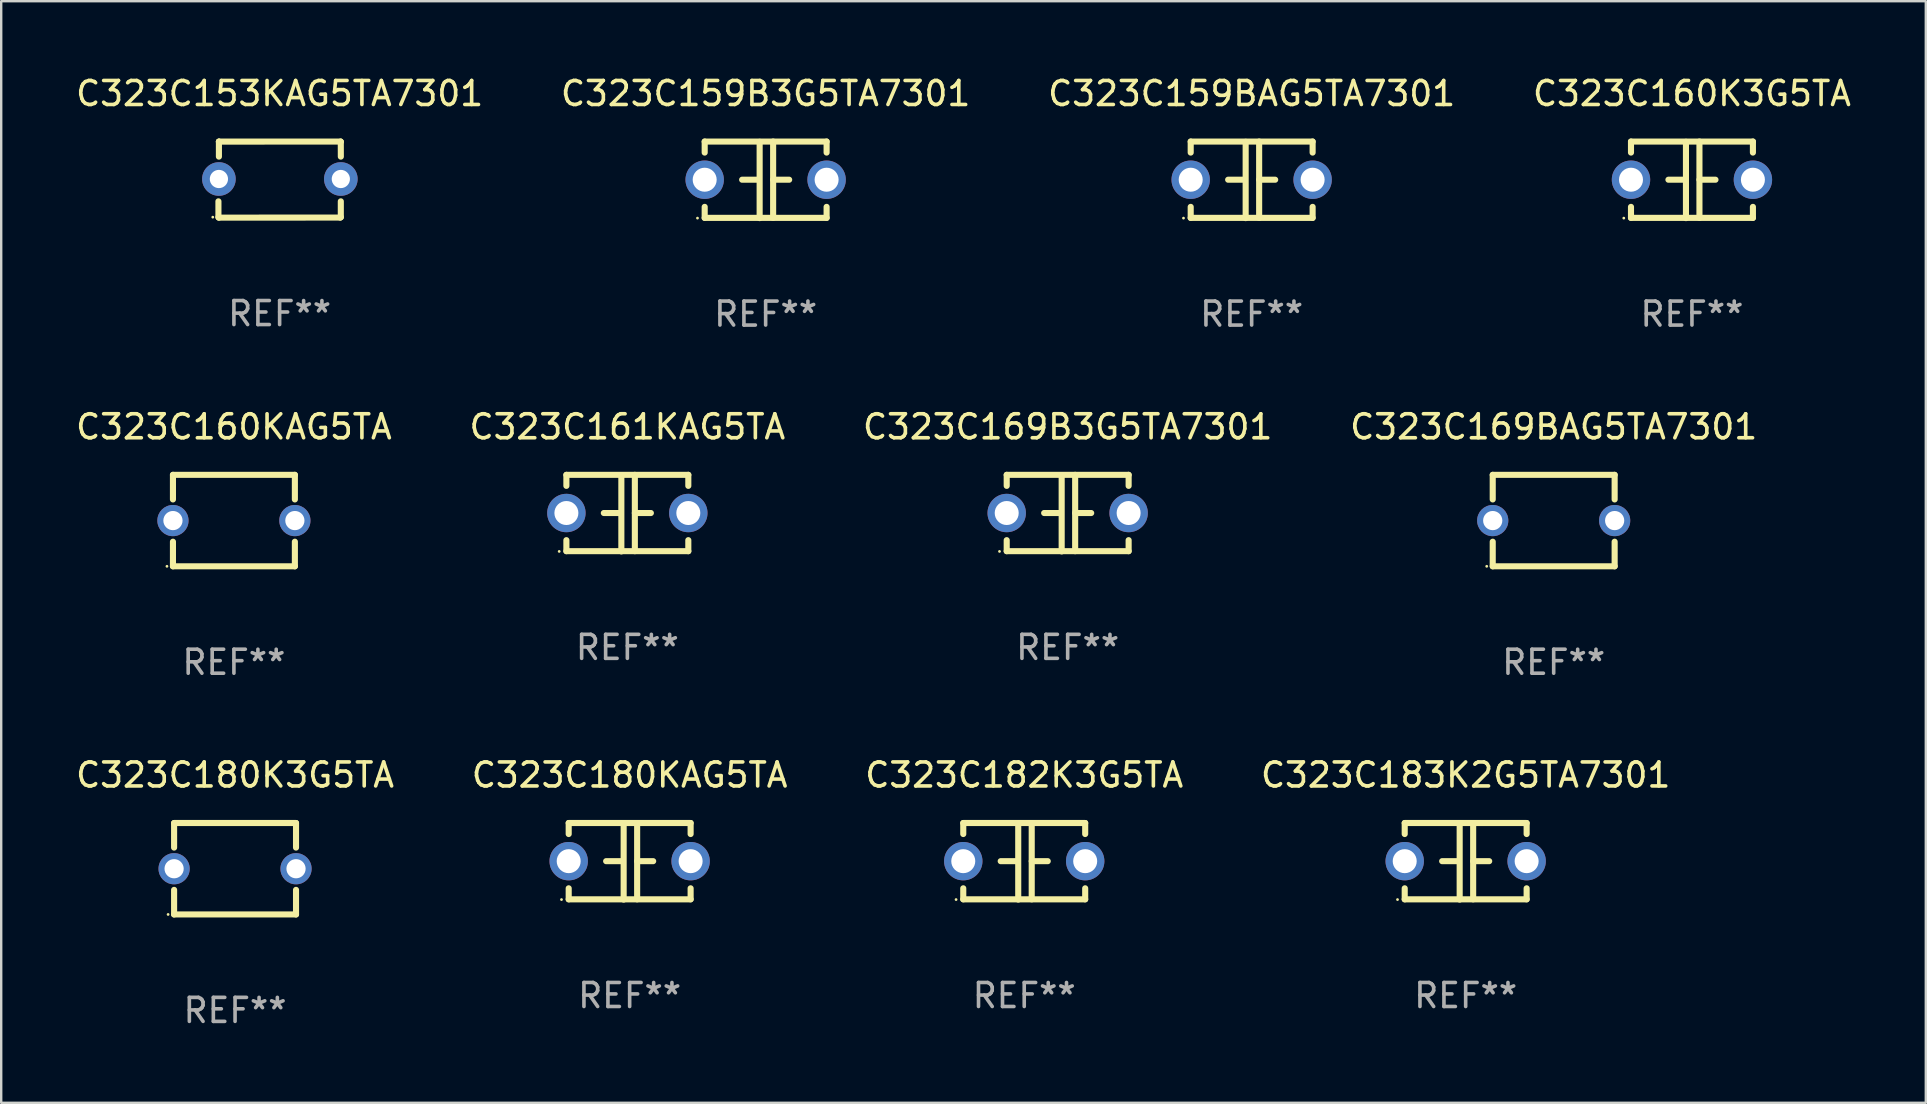
<source format=kicad_pcb>
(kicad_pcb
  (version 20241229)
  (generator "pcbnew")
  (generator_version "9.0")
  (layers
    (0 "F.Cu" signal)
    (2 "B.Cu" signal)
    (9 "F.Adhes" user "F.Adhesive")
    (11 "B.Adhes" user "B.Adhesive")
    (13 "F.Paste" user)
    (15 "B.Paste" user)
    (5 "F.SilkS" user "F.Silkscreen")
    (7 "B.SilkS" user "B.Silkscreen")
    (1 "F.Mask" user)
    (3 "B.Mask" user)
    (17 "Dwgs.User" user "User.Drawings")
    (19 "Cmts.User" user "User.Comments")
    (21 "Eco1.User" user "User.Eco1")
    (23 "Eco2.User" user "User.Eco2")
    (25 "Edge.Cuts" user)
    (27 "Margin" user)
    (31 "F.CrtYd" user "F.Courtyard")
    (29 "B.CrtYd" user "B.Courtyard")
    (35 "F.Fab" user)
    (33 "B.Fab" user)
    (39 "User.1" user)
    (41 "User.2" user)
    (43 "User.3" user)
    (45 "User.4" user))
  (footprint "C323C182K3G5TA"
    (layer "F.Cu")
    (at 39.625 32.836)
    (property "Reference" "C323C182K3G5TA" (at 0 -3.595 0) (layer "F.SilkS") (effects (font (size 1 1) (thickness 0.15))))
    (attr through_hole)
    (fp_line (start -2.54 -1.595) (end -2.54 -1.136) (stroke (width 0.254) (type solid)) (layer "F.SilkS"))
    (fp_line (start -2.54 -1.595) (end 2.54 -1.595) (stroke (width 0.254) (type solid)) (layer "F.SilkS"))
    (fp_line (start -2.54 1.126) (end -2.54 1.585) (stroke (width 0.254) (type solid)) (layer "F.SilkS"))
    (fp_line (start -0.312 -0.005) (end -0.98 -0.005) (stroke (width 0.254) (type solid)) (layer "F.SilkS"))
    (fp_line (start -0.25 -1.585) (end -0.25 1.595) (stroke (width 0.254) (type solid)) (layer "F.SilkS"))
    (fp_line (start 0.312 -1.595) (end 0.312 1.585) (stroke (width 0.254) (type solid)) (layer "F.SilkS"))
    (fp_line (start 0.312 -0.005) (end 0.98 -0.005) (stroke (width 0.254) (type solid)) (layer "F.SilkS"))
    (fp_line (start 2.54 -1.595) (end 2.54 -1.136) (stroke (width 0.254) (type solid)) (layer "F.SilkS"))
    (fp_line (start 2.54 1.126) (end 2.54 1.585) (stroke (width 0.254) (type solid)) (layer "F.SilkS"))
    (fp_line (start 2.54 1.585) (end -2.54 1.585) (stroke (width 0.254) (type solid)) (layer "F.SilkS"))
    (fp_circle (center -2.84 1.595) (end -2.81 1.595) (stroke (width 0.06) (type solid)) (fill no) (layer "F.SilkS"))
    (fp_text user "REF**" (at 0 5.595 0) (layer "F.Fab") (effects (font (size 1 1) (thickness 0.15))))
    (pad "1" thru_hole circle (at -2.54 -0.005) (size 1.6 1.6) (drill 1) (layers "*.Cu" "*.Mask"))
    (pad "2" thru_hole circle (at 2.54 -0.005) (size 1.6 1.6) (drill 1) (layers "*.Cu" "*.Mask")))
  (footprint "C323C159BAG5TA7301"
    (layer "F.Cu")
    (at 49.101 4.443)
    (property "Reference" "C323C159BAG5TA7301" (at 0 -3.595 0) (layer "F.SilkS") (effects (font (size 1 1) (thickness 0.15))))
    (attr through_hole)
    (fp_line (start -2.54 -1.595) (end -2.54 -1.136) (stroke (width 0.254) (type solid)) (layer "F.SilkS"))
    (fp_line (start -2.54 -1.595) (end 2.54 -1.595) (stroke (width 0.254) (type solid)) (layer "F.SilkS"))
    (fp_line (start -2.54 1.126) (end -2.54 1.585) (stroke (width 0.254) (type solid)) (layer "F.SilkS"))
    (fp_line (start -0.312 -0.005) (end -0.98 -0.005) (stroke (width 0.254) (type solid)) (layer "F.SilkS"))
    (fp_line (start -0.25 -1.585) (end -0.25 1.595) (stroke (width 0.254) (type solid)) (layer "F.SilkS"))
    (fp_line (start 0.312 -1.595) (end 0.312 1.585) (stroke (width 0.254) (type solid)) (layer "F.SilkS"))
    (fp_line (start 0.312 -0.005) (end 0.98 -0.005) (stroke (width 0.254) (type solid)) (layer "F.SilkS"))
    (fp_line (start 2.54 -1.595) (end 2.54 -1.136) (stroke (width 0.254) (type solid)) (layer "F.SilkS"))
    (fp_line (start 2.54 1.126) (end 2.54 1.585) (stroke (width 0.254) (type solid)) (layer "F.SilkS"))
    (fp_line (start 2.54 1.585) (end -2.54 1.585) (stroke (width 0.254) (type solid)) (layer "F.SilkS"))
    (fp_circle (center -2.84 1.595) (end -2.81 1.595) (stroke (width 0.06) (type solid)) (fill no) (layer "F.SilkS"))
    (fp_text user "REF**" (at 0 5.595 0) (layer "F.Fab") (effects (font (size 1 1) (thickness 0.15))))
    (pad "1" thru_hole circle (at -2.54 -0.005) (size 1.6 1.6) (drill 1) (layers "*.Cu" "*.Mask"))
    (pad "2" thru_hole circle (at 2.54 -0.005) (size 1.6 1.6) (drill 1) (layers "*.Cu" "*.Mask")))
  (footprint "C323C180KAG5TA"
    (layer "F.Cu")
    (at 23.185 32.836)
    (property "Reference" "C323C180KAG5TA" (at 0 -3.595 0) (layer "F.SilkS") (effects (font (size 1 1) (thickness 0.15))))
    (attr through_hole)
    (fp_line (start -2.54 -1.595) (end -2.54 -1.136) (stroke (width 0.254) (type solid)) (layer "F.SilkS"))
    (fp_line (start -2.54 -1.595) (end 2.54 -1.595) (stroke (width 0.254) (type solid)) (layer "F.SilkS"))
    (fp_line (start -2.54 1.126) (end -2.54 1.585) (stroke (width 0.254) (type solid)) (layer "F.SilkS"))
    (fp_line (start -0.312 -0.005) (end -0.98 -0.005) (stroke (width 0.254) (type solid)) (layer "F.SilkS"))
    (fp_line (start -0.25 -1.585) (end -0.25 1.595) (stroke (width 0.254) (type solid)) (layer "F.SilkS"))
    (fp_line (start 0.312 -1.595) (end 0.312 1.585) (stroke (width 0.254) (type solid)) (layer "F.SilkS"))
    (fp_line (start 0.312 -0.005) (end 0.98 -0.005) (stroke (width 0.254) (type solid)) (layer "F.SilkS"))
    (fp_line (start 2.54 -1.595) (end 2.54 -1.136) (stroke (width 0.254) (type solid)) (layer "F.SilkS"))
    (fp_line (start 2.54 1.126) (end 2.54 1.585) (stroke (width 0.254) (type solid)) (layer "F.SilkS"))
    (fp_line (start 2.54 1.585) (end -2.54 1.585) (stroke (width 0.254) (type solid)) (layer "F.SilkS"))
    (fp_circle (center -2.84 1.595) (end -2.81 1.595) (stroke (width 0.06) (type solid)) (fill no) (layer "F.SilkS"))
    (fp_text user "REF**" (at 0 5.595 0) (layer "F.Fab") (effects (font (size 1 1) (thickness 0.15))))
    (pad "1" thru_hole circle (at -2.54 -0.005) (size 1.6 1.6) (drill 1) (layers "*.Cu" "*.Mask"))
    (pad "2" thru_hole circle (at 2.54 -0.005) (size 1.6 1.6) (drill 1) (layers "*.Cu" "*.Mask")))
  (footprint "C323C160K3G5TA"
    (layer "F.Cu")
    (at 67.446 4.443)
    (property "Reference" "C323C160K3G5TA" (at 0 -3.595 0) (layer "F.SilkS") (effects (font (size 1 1) (thickness 0.15))))
    (attr through_hole)
    (fp_line (start -2.54 -1.595) (end -2.54 -1.136) (stroke (width 0.254) (type solid)) (layer "F.SilkS"))
    (fp_line (start -2.54 -1.595) (end 2.54 -1.595) (stroke (width 0.254) (type solid)) (layer "F.SilkS"))
    (fp_line (start -2.54 1.126) (end -2.54 1.585) (stroke (width 0.254) (type solid)) (layer "F.SilkS"))
    (fp_line (start -0.312 -0.005) (end -0.98 -0.005) (stroke (width 0.254) (type solid)) (layer "F.SilkS"))
    (fp_line (start -0.25 -1.585) (end -0.25 1.595) (stroke (width 0.254) (type solid)) (layer "F.SilkS"))
    (fp_line (start 0.312 -1.595) (end 0.312 1.585) (stroke (width 0.254) (type solid)) (layer "F.SilkS"))
    (fp_line (start 0.312 -0.005) (end 0.98 -0.005) (stroke (width 0.254) (type solid)) (layer "F.SilkS"))
    (fp_line (start 2.54 -1.595) (end 2.54 -1.136) (stroke (width 0.254) (type solid)) (layer "F.SilkS"))
    (fp_line (start 2.54 1.126) (end 2.54 1.585) (stroke (width 0.254) (type solid)) (layer "F.SilkS"))
    (fp_line (start 2.54 1.585) (end -2.54 1.585) (stroke (width 0.254) (type solid)) (layer "F.SilkS"))
    (fp_circle (center -2.84 1.595) (end -2.81 1.595) (stroke (width 0.06) (type solid)) (fill no) (layer "F.SilkS"))
    (fp_text user "REF**" (at 0 5.595 0) (layer "F.Fab") (effects (font (size 1 1) (thickness 0.15))))
    (pad "1" thru_hole circle (at -2.54 -0.005) (size 1.6 1.6) (drill 1) (layers "*.Cu" "*.Mask"))
    (pad "2" thru_hole circle (at 2.54 -0.005) (size 1.6 1.6) (drill 1) (layers "*.Cu" "*.Mask")))
  (footprint "C323C159B3G5TA7301"
    (layer "F.Cu")
    (at 28.851 4.443)
    (property "Reference" "C323C159B3G5TA7301" (at 0 -3.595 0) (layer "F.SilkS") (effects (font (size 1 1) (thickness 0.15))))
    (attr through_hole)
    (fp_line (start -2.54 -1.595) (end -2.54 -1.136) (stroke (width 0.254) (type solid)) (layer "F.SilkS"))
    (fp_line (start -2.54 -1.595) (end 2.54 -1.595) (stroke (width 0.254) (type solid)) (layer "F.SilkS"))
    (fp_line (start -2.54 1.126) (end -2.54 1.585) (stroke (width 0.254) (type solid)) (layer "F.SilkS"))
    (fp_line (start -0.312 -0.005) (end -0.98 -0.005) (stroke (width 0.254) (type solid)) (layer "F.SilkS"))
    (fp_line (start -0.25 -1.585) (end -0.25 1.595) (stroke (width 0.254) (type solid)) (layer "F.SilkS"))
    (fp_line (start 0.312 -1.595) (end 0.312 1.585) (stroke (width 0.254) (type solid)) (layer "F.SilkS"))
    (fp_line (start 0.312 -0.005) (end 0.98 -0.005) (stroke (width 0.254) (type solid)) (layer "F.SilkS"))
    (fp_line (start 2.54 -1.595) (end 2.54 -1.136) (stroke (width 0.254) (type solid)) (layer "F.SilkS"))
    (fp_line (start 2.54 1.126) (end 2.54 1.585) (stroke (width 0.254) (type solid)) (layer "F.SilkS"))
    (fp_line (start 2.54 1.585) (end -2.54 1.585) (stroke (width 0.254) (type solid)) (layer "F.SilkS"))
    (fp_circle (center -2.84 1.595) (end -2.81 1.595) (stroke (width 0.06) (type solid)) (fill no) (layer "F.SilkS"))
    (fp_text user "REF**" (at 0 5.595 0) (layer "F.Fab") (effects (font (size 1 1) (thickness 0.15))))
    (pad "1" thru_hole circle (at -2.54 -0.005) (size 1.6 1.6) (drill 1) (layers "*.Cu" "*.Mask"))
    (pad "2" thru_hole circle (at 2.54 -0.005) (size 1.6 1.6) (drill 1) (layers "*.Cu" "*.Mask")))
  (footprint "C323C160KAG5TA"
    (layer "F.Cu")
    (at 6.696 18.64)
    (property "Reference" "C323C160KAG5TA" (at 0 -3.905 0) (layer "F.SilkS") (effects (font (size 1 1) (thickness 0.15))))
    (attr through_hole)
    (fp_line (start -2.54 -1.905) (end -2.54 -0.881) (stroke (width 0.254) (type solid)) (layer "F.SilkS"))
    (fp_line (start -2.54 0.881) (end -2.54 1.905) (stroke (width 0.254) (type solid)) (layer "F.SilkS"))
    (fp_line (start -2.54 1.905) (end 2.54 1.905) (stroke (width 0.254) (type solid)) (layer "F.SilkS"))
    (fp_line (start 2.54 -1.905) (end -2.54 -1.905) (stroke (width 0.254) (type solid)) (layer "F.SilkS"))
    (fp_line (start 2.54 -0.881) (end 2.54 -1.905) (stroke (width 0.254) (type solid)) (layer "F.SilkS"))
    (fp_line (start 2.54 1.905) (end 2.54 0.881) (stroke (width 0.254) (type solid)) (layer "F.SilkS"))
    (fp_circle (center -2.79 1.905) (end -2.76 1.905) (stroke (width 0.06) (type solid)) (fill no) (layer "F.SilkS"))
    (fp_text user "REF**" (at 0 5.905 0) (layer "F.Fab") (effects (font (size 1 1) (thickness 0.15))))
    (pad "1" thru_hole circle (at -2.54 0) (size 1.3 1.3) (drill 0.8) (layers "*.Cu" "*.Mask"))
    (pad "2" thru_hole circle (at 2.54 0) (size 1.3 1.3) (drill 0.8) (layers "*.Cu" "*.Mask")))
  (footprint "C323C169BAG5TA7301"
    (layer "F.Cu")
    (at 61.685 18.64)
    (property "Reference" "C323C169BAG5TA7301" (at 0 -3.905 0) (layer "F.SilkS") (effects (font (size 1 1) (thickness 0.15))))
    (attr through_hole)
    (fp_line (start -2.54 -1.905) (end -2.54 -0.881) (stroke (width 0.254) (type solid)) (layer "F.SilkS"))
    (fp_line (start -2.54 0.881) (end -2.54 1.905) (stroke (width 0.254) (type solid)) (layer "F.SilkS"))
    (fp_line (start -2.54 1.905) (end 2.54 1.905) (stroke (width 0.254) (type solid)) (layer "F.SilkS"))
    (fp_line (start 2.54 -1.905) (end -2.54 -1.905) (stroke (width 0.254) (type solid)) (layer "F.SilkS"))
    (fp_line (start 2.54 -0.881) (end 2.54 -1.905) (stroke (width 0.254) (type solid)) (layer "F.SilkS"))
    (fp_line (start 2.54 1.905) (end 2.54 0.881) (stroke (width 0.254) (type solid)) (layer "F.SilkS"))
    (fp_circle (center -2.79 1.905) (end -2.76 1.905) (stroke (width 0.06) (type solid)) (fill no) (layer "F.SilkS"))
    (fp_text user "REF**" (at 0 5.905 0) (layer "F.Fab") (effects (font (size 1 1) (thickness 0.15))))
    (pad "1" thru_hole circle (at -2.54 0) (size 1.3 1.3) (drill 0.8) (layers "*.Cu" "*.Mask"))
    (pad "2" thru_hole circle (at 2.54 0) (size 1.3 1.3) (drill 0.8) (layers "*.Cu" "*.Mask")))
  (footprint "C323C180K3G5TA"
    (layer "F.Cu")
    (at 6.744 33.146)
    (property "Reference" "C323C180K3G5TA" (at 0 -3.905 0) (layer "F.SilkS") (effects (font (size 1 1) (thickness 0.15))))
    (attr through_hole)
    (fp_line (start -2.54 -1.905) (end -2.54 -0.881) (stroke (width 0.254) (type solid)) (layer "F.SilkS"))
    (fp_line (start -2.54 0.881) (end -2.54 1.905) (stroke (width 0.254) (type solid)) (layer "F.SilkS"))
    (fp_line (start -2.54 1.905) (end 2.54 1.905) (stroke (width 0.254) (type solid)) (layer "F.SilkS"))
    (fp_line (start 2.54 -1.905) (end -2.54 -1.905) (stroke (width 0.254) (type solid)) (layer "F.SilkS"))
    (fp_line (start 2.54 -0.881) (end 2.54 -1.905) (stroke (width 0.254) (type solid)) (layer "F.SilkS"))
    (fp_line (start 2.54 1.905) (end 2.54 0.881) (stroke (width 0.254) (type solid)) (layer "F.SilkS"))
    (fp_circle (center -2.79 1.905) (end -2.76 1.905) (stroke (width 0.06) (type solid)) (fill no) (layer "F.SilkS"))
    (fp_text user "REF**" (at 0 5.905 0) (layer "F.Fab") (effects (font (size 1 1) (thickness 0.15))))
    (pad "1" thru_hole circle (at -2.54 0) (size 1.3 1.3) (drill 0.8) (layers "*.Cu" "*.Mask"))
    (pad "2" thru_hole circle (at 2.54 0) (size 1.3 1.3) (drill 0.8) (layers "*.Cu" "*.Mask")))
  (footprint "C323C161KAG5TA"
    (layer "F.Cu")
    (at 23.089 18.33)
    (property "Reference" "C323C161KAG5TA" (at 0 -3.595 0) (layer "F.SilkS") (effects (font (size 1 1) (thickness 0.15))))
    (attr through_hole)
    (fp_line (start -2.54 -1.595) (end -2.54 -1.136) (stroke (width 0.254) (type solid)) (layer "F.SilkS"))
    (fp_line (start -2.54 -1.595) (end 2.54 -1.595) (stroke (width 0.254) (type solid)) (layer "F.SilkS"))
    (fp_line (start -2.54 1.126) (end -2.54 1.585) (stroke (width 0.254) (type solid)) (layer "F.SilkS"))
    (fp_line (start -0.312 -0.005) (end -0.98 -0.005) (stroke (width 0.254) (type solid)) (layer "F.SilkS"))
    (fp_line (start -0.25 -1.585) (end -0.25 1.595) (stroke (width 0.254) (type solid)) (layer "F.SilkS"))
    (fp_line (start 0.312 -1.595) (end 0.312 1.585) (stroke (width 0.254) (type solid)) (layer "F.SilkS"))
    (fp_line (start 0.312 -0.005) (end 0.98 -0.005) (stroke (width 0.254) (type solid)) (layer "F.SilkS"))
    (fp_line (start 2.54 -1.595) (end 2.54 -1.136) (stroke (width 0.254) (type solid)) (layer "F.SilkS"))
    (fp_line (start 2.54 1.126) (end 2.54 1.585) (stroke (width 0.254) (type solid)) (layer "F.SilkS"))
    (fp_line (start 2.54 1.585) (end -2.54 1.585) (stroke (width 0.254) (type solid)) (layer "F.SilkS"))
    (fp_circle (center -2.84 1.595) (end -2.81 1.595) (stroke (width 0.06) (type solid)) (fill no) (layer "F.SilkS"))
    (fp_text user "REF**" (at 0 5.595 0) (layer "F.Fab") (effects (font (size 1 1) (thickness 0.15))))
    (pad "1" thru_hole circle (at -2.54 -0.005) (size 1.6 1.6) (drill 1) (layers "*.Cu" "*.Mask"))
    (pad "2" thru_hole circle (at 2.54 -0.005) (size 1.6 1.6) (drill 1) (layers "*.Cu" "*.Mask")))
  (footprint "C323C153KAG5TA7301"
    (layer "F.Cu")
    (at 8.601 4.433)
    (property "Reference" "C323C153KAG5TA7301" (at 0 -3.585 0) (layer "F.SilkS") (effects (font (size 1 1) (thickness 0.15))))
    (attr through_hole)
    (fp_line (start -2.55 1.566) (end -2.55 0.906) (stroke (width 0.254) (type solid)) (layer "F.SilkS"))
    (fp_line (start -2.531 1.585) (end -2.55 1.566) (stroke (width 0.254) (type solid)) (layer "F.SilkS"))
    (fp_line (start -2.53 -1.577) (end -2.53 -1.577) (stroke (width 0.254) (type solid)) (layer "F.SilkS"))
    (fp_line (start -2.53 -1.577) (end -2.528 -1.583) (stroke (width 0.254) (type solid)) (layer "F.SilkS"))
    (fp_line (start -2.53 -0.957) (end -2.53 -1.577) (stroke (width 0.254) (type solid)) (layer "F.SilkS"))
    (fp_line (start -2.528 -1.583) (end 2.54 -1.585) (stroke (width 0.254) (type solid)) (layer "F.SilkS"))
    (fp_line (start 2.524 1.582) (end -2.531 1.585) (stroke (width 0.254) (type solid)) (layer "F.SilkS"))
    (fp_line (start 2.54 -1.585) (end 2.548 -1.575) (stroke (width 0.254) (type solid)) (layer "F.SilkS"))
    (fp_line (start 2.548 -1.575) (end 2.55 -0.957) (stroke (width 0.254) (type solid)) (layer "F.SilkS"))
    (fp_line (start 2.549 0.906) (end 2.549 1.566) (stroke (width 0.254) (type solid)) (layer "F.SilkS"))
    (fp_line (start 2.549 1.566) (end 2.524 1.582) (stroke (width 0.254) (type solid)) (layer "F.SilkS"))
    (fp_circle (center -2.785 1.565) (end -2.755 1.565) (stroke (width 0.06) (type solid)) (fill no) (layer "F.SilkS"))
    (fp_text user "REF**" (at 0 5.585 0) (layer "F.Fab") (effects (font (size 1 1) (thickness 0.15))))
    (pad "1" thru_hole circle (at -2.53 -0.025) (size 1.4 1.4) (drill 0.76) (layers "*.Cu" "*.Mask"))
    (pad "2" thru_hole circle (at 2.55 -0.025) (size 1.4 1.4) (drill 0.76) (layers "*.Cu" "*.Mask")))
  (footprint "C323C169B3G5TA7301"
    (layer "F.Cu")
    (at 41.435 18.33)
    (property "Reference" "C323C169B3G5TA7301" (at 0 -3.595 0) (layer "F.SilkS") (effects (font (size 1 1) (thickness 0.15))))
    (attr through_hole)
    (fp_line (start -2.54 -1.595) (end -2.54 -1.136) (stroke (width 0.254) (type solid)) (layer "F.SilkS"))
    (fp_line (start -2.54 -1.595) (end 2.54 -1.595) (stroke (width 0.254) (type solid)) (layer "F.SilkS"))
    (fp_line (start -2.54 1.126) (end -2.54 1.585) (stroke (width 0.254) (type solid)) (layer "F.SilkS"))
    (fp_line (start -0.312 -0.005) (end -0.98 -0.005) (stroke (width 0.254) (type solid)) (layer "F.SilkS"))
    (fp_line (start -0.25 -1.585) (end -0.25 1.595) (stroke (width 0.254) (type solid)) (layer "F.SilkS"))
    (fp_line (start 0.312 -1.595) (end 0.312 1.585) (stroke (width 0.254) (type solid)) (layer "F.SilkS"))
    (fp_line (start 0.312 -0.005) (end 0.98 -0.005) (stroke (width 0.254) (type solid)) (layer "F.SilkS"))
    (fp_line (start 2.54 -1.595) (end 2.54 -1.136) (stroke (width 0.254) (type solid)) (layer "F.SilkS"))
    (fp_line (start 2.54 1.126) (end 2.54 1.585) (stroke (width 0.254) (type solid)) (layer "F.SilkS"))
    (fp_line (start 2.54 1.585) (end -2.54 1.585) (stroke (width 0.254) (type solid)) (layer "F.SilkS"))
    (fp_circle (center -2.84 1.595) (end -2.81 1.595) (stroke (width 0.06) (type solid)) (fill no) (layer "F.SilkS"))
    (fp_text user "REF**" (at 0 5.595 0) (layer "F.Fab") (effects (font (size 1 1) (thickness 0.15))))
    (pad "1" thru_hole circle (at -2.54 -0.005) (size 1.6 1.6) (drill 1) (layers "*.Cu" "*.Mask"))
    (pad "2" thru_hole circle (at 2.54 -0.005) (size 1.6 1.6) (drill 1) (layers "*.Cu" "*.Mask")))
  (footprint "C323C183K2G5TA7301"
    (layer "F.Cu")
    (at 58.018 32.836)
    (property "Reference" "C323C183K2G5TA7301" (at 0 -3.595 0) (layer "F.SilkS") (effects (font (size 1 1) (thickness 0.15))))
    (attr through_hole)
    (fp_line (start -2.54 -1.595) (end -2.54 -1.136) (stroke (width 0.254) (type solid)) (layer "F.SilkS"))
    (fp_line (start -2.54 -1.595) (end 2.54 -1.595) (stroke (width 0.254) (type solid)) (layer "F.SilkS"))
    (fp_line (start -2.54 1.126) (end -2.54 1.585) (stroke (width 0.254) (type solid)) (layer "F.SilkS"))
    (fp_line (start -0.312 -0.005) (end -0.98 -0.005) (stroke (width 0.254) (type solid)) (layer "F.SilkS"))
    (fp_line (start -0.25 -1.585) (end -0.25 1.595) (stroke (width 0.254) (type solid)) (layer "F.SilkS"))
    (fp_line (start 0.312 -1.595) (end 0.312 1.585) (stroke (width 0.254) (type solid)) (layer "F.SilkS"))
    (fp_line (start 0.312 -0.005) (end 0.98 -0.005) (stroke (width 0.254) (type solid)) (layer "F.SilkS"))
    (fp_line (start 2.54 -1.595) (end 2.54 -1.136) (stroke (width 0.254) (type solid)) (layer "F.SilkS"))
    (fp_line (start 2.54 1.126) (end 2.54 1.585) (stroke (width 0.254) (type solid)) (layer "F.SilkS"))
    (fp_line (start 2.54 1.585) (end -2.54 1.585) (stroke (width 0.254) (type solid)) (layer "F.SilkS"))
    (fp_circle (center -2.84 1.595) (end -2.81 1.595) (stroke (width 0.06) (type solid)) (fill no) (layer "F.SilkS"))
    (fp_text user "REF**" (at 0 5.595 0) (layer "F.Fab") (effects (font (size 1 1) (thickness 0.15))))
    (pad "1" thru_hole circle (at -2.54 -0.005) (size 1.6 1.6) (drill 1) (layers "*.Cu" "*.Mask"))
    (pad "2" thru_hole circle (at 2.54 -0.005) (size 1.6 1.6) (drill 1) (layers "*.Cu" "*.Mask")))
  (gr_rect
    (start -3 -3)
    (end 77.19 42.899)
    (stroke (width 0.1) (type default))
    (fill no)
    (layer "Edge.Cuts")))
</source>
